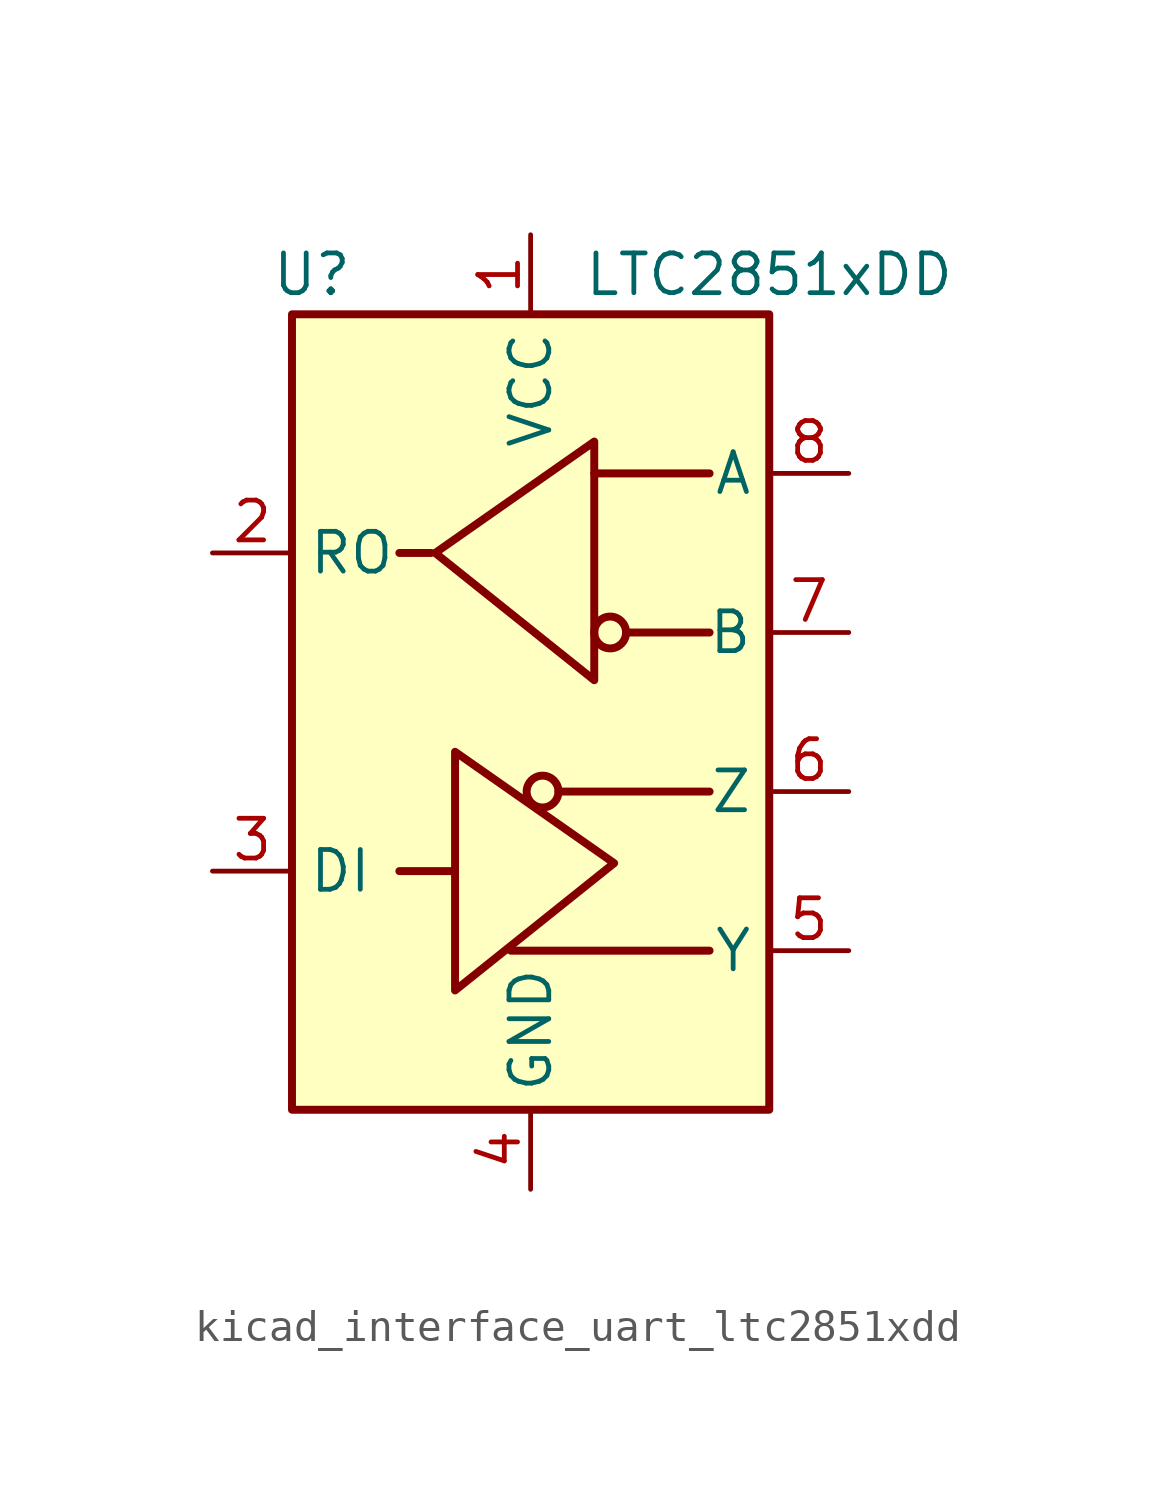
<source format=kicad_sym>
(kicad_symbol_lib
  (version 20220914)
  (generator kicad_symbol_editor)
  (symbol "kicad_interface_uart_ltc2851xdd"
    (property "Reference" "U"
      (at -6.985 13.97 0)
      (effects (font (size 1.27 1.27))))
    (property "Value" "LTC2851xDD"
      (at 7.62 13.97 0)
      (effects (font (size 1.27 1.27))))
    (symbol "kicad_interface_uart_ltc2851xdd_0_1"
      (rectangle (start -7.62 12.7) (end 7.62 -12.7) (stroke (width 0.254) (type default)) (fill (type background))))
    (symbol "kicad_interface_uart_ltc2851xdd_1_1"
      (polyline (pts (xy -2.54 -5.08) (xy -4.191 -5.08)) (stroke (width 0.254) (type default)) (fill (type none)))
      (polyline (pts (xy -0.635 -7.62) (xy 5.715 -7.62)) (stroke (width 0.254) (type default)) (fill (type none)))
      (polyline (pts (xy 0.889 -2.54) (xy 5.715 -2.54)) (stroke (width 0.254) (type default)) (fill (type none)))
      (polyline (pts (xy 2.032 7.62) (xy 5.715 7.62)) (stroke (width 0.254) (type default)) (fill (type none)))
      (polyline (pts (xy 3.048 2.54) (xy 5.715 2.54)) (stroke (width 0.254) (type default)) (fill (type none)))
      (polyline (pts (xy -3.175 5.08) (xy -4.191 5.08) (xy -4.064 5.08)) (stroke (width 0.254) (type default)) (fill (type none)))
      (polyline (pts (xy -2.413 -5.08) (xy -2.413 -1.27) (xy 2.667 -4.826) (xy -2.413 -8.89) (xy -2.413 -5.08)) (stroke (width 0.254) (type default)) (fill (type none)))
      (polyline (pts (xy 2.032 4.826) (xy 2.032 8.636) (xy -3.048 5.08) (xy 2.032 1.016) (xy 2.032 4.826)) (stroke (width 0.254) (type default)) (fill (type none)))
      (circle (center 0.381 -2.54) (radius 0.508) (stroke (width 0.254) (type default)) (fill (type none)))
      (circle (center 2.54 2.54) (radius 0.508) (stroke (width 0.254) (type default)) (fill (type none)))
      (pin power_in line (at 0 15.24 270) (length 2.54) (name "VCC" (effects (font (size 1.27 1.27)))) (number "1" (effects (font (size 1.27 1.27)))))
      (pin output line (at -10.16 5.08 0) (length 2.54) (name "RO" (effects (font (size 1.27 1.27)))) (number "2" (effects (font (size 1.27 1.27)))))
      (pin input line (at -10.16 -5.08 0) (length 2.54) (name "DI" (effects (font (size 1.27 1.27)))) (number "3" (effects (font (size 1.27 1.27)))))
      (pin power_in line (at 0 -15.24 90) (length 2.54) (name "GND" (effects (font (size 1.27 1.27)))) (number "4" (effects (font (size 1.27 1.27)))))
      (pin output line (at 10.16 -7.62 180) (length 2.54) (name "Y" (effects (font (size 1.27 1.27)))) (number "5" (effects (font (size 1.27 1.27)))))
      (pin output line (at 10.16 -2.54 180) (length 2.54) (name "Z" (effects (font (size 1.27 1.27)))) (number "6" (effects (font (size 1.27 1.27)))))
      (pin input line (at 10.16 2.54 180) (length 2.54) (name "B" (effects (font (size 1.27 1.27)))) (number "7" (effects (font (size 1.27 1.27)))))
      (pin input line (at 10.16 7.62 180) (length 2.54) (name "A" (effects (font (size 1.27 1.27)))) (number "8" (effects (font (size 1.27 1.27)))))
      (pin passive line (at 0 -15.24 90) (length 2.54) hide (name "GND" (effects (font (size 1.27 1.27)))) (number "9" (effects (font (size 1.27 1.27))))))))
</source>
